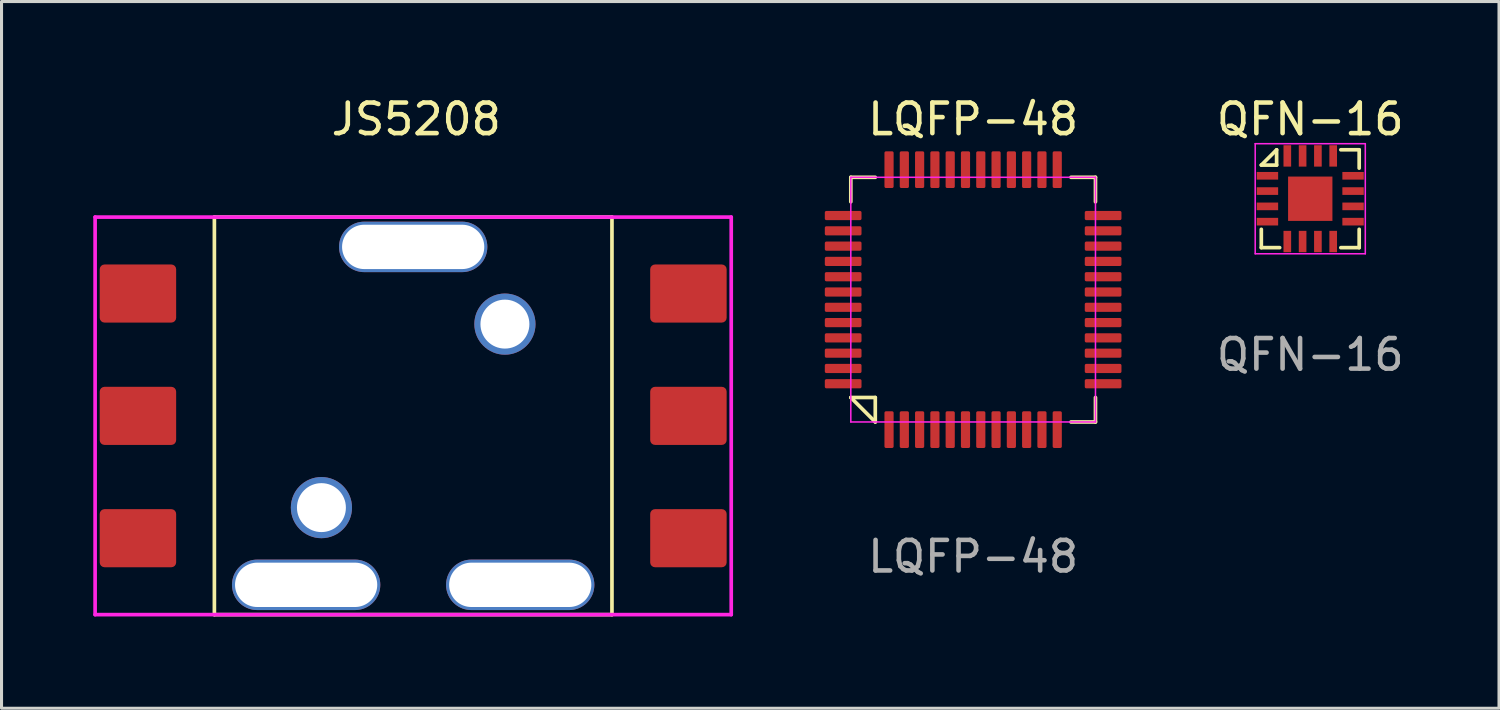
<source format=kicad_pcb>
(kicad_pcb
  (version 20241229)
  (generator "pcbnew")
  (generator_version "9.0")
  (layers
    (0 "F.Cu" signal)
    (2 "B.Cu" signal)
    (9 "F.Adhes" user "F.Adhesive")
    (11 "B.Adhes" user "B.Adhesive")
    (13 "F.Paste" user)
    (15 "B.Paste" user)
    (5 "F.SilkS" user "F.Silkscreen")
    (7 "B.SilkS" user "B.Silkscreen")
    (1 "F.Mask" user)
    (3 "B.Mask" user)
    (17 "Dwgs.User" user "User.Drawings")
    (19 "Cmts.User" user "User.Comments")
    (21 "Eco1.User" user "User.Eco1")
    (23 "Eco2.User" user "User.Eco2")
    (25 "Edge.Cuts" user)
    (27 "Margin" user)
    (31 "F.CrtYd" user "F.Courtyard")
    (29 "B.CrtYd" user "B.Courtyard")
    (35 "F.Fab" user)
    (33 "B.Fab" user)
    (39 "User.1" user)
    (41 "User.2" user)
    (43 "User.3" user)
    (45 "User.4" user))
  (footprint "JS5208"
    (layer "F.Cu")
    (at 10.46 10.548)
    (property "Reference" "JS5208" (at 0.1 -9.7 0) (unlocked yes) (layer "F.SilkS") (effects (font (size 1 1) (thickness 0.15))))
    (attr smd)
    (fp_line (start -6.5 -6.5) (end -6.5 6.5) (stroke (width 0.12) (type default)) (layer "F.SilkS"))
    (fp_line (start -6.5 6.5) (end 6.5 6.5) (stroke (width 0.12) (type default)) (layer "F.SilkS"))
    (fp_line (start 6.5 -6.5) (end -6.5 -6.5) (stroke (width 0.12) (type default)) (layer "F.SilkS"))
    (fp_line (start 6.5 6.5) (end 6.5 -6.5) (stroke (width 0.12) (type default)) (layer "F.SilkS"))
    (fp_line (start -10.4 -6.5) (end -10.4 6.5) (stroke (width 0.12) (type default)) (layer "F.CrtYd"))
    (fp_line (start -10.4 6.5) (end 10.4 6.5) (stroke (width 0.12) (type default)) (layer "F.CrtYd"))
    (fp_line (start 10.4 -6.5) (end -10.4 -6.5) (stroke (width 0.12) (type default)) (layer "F.CrtYd"))
    (fp_line (start 10.4 6.5) (end 10.4 -6.5) (stroke (width 0.12) (type default)) (layer "F.CrtYd"))
    (pad "" np_thru_hole oval (at -3.5 5.525) (size 4.85 1.65) (drill oval 4.65 1.45) (layers "*.Cu" "*.Mask"))
    (pad "" np_thru_hole circle (at -3 3) (size 2 2) (drill 1.6) (layers "*.Cu" "*.Mask"))
    (pad "" np_thru_hole oval (at 0 -5.525) (size 4.85 1.65) (drill oval 4.65 1.45) (layers "*.Cu" "*.Mask"))
    (pad "" np_thru_hole circle (at 3 -3) (size 2 2) (drill 1.6) (layers "*.Cu" "*.Mask"))
    (pad "" np_thru_hole oval (at 3.5 5.525) (size 4.85 1.65) (drill oval 4.65 1.45) (layers "*.Cu" "*.Mask"))
    (pad "1" smd roundrect (at -9 -4) (size 2.5 1.9) (layers "F.Cu" "F.Mask" "F.Paste") (roundrect_rratio 0.083))
    (pad "2" smd roundrect (at -9 0) (size 2.5 1.9) (layers "F.Cu" "F.Mask" "F.Paste") (roundrect_rratio 0.083))
    (pad "3" smd roundrect (at -9 4) (size 2.5 1.9) (layers "F.Cu" "F.Mask" "F.Paste") (roundrect_rratio 0.083))
    (pad "4" smd roundrect (at 9 -4) (size 2.5 1.9) (layers "F.Cu" "F.Mask" "F.Paste") (roundrect_rratio 0.083))
    (pad "5" smd roundrect (at 9 0) (size 2.5 1.9) (layers "F.Cu" "F.Mask" "F.Paste") (roundrect_rratio 0.083))
    (pad "6" smd roundrect (at 9 4) (size 2.5 1.9) (layers "F.Cu" "F.Mask" "F.Paste") (roundrect_rratio 0.083)))
  (footprint "LQFP-48"
    (layer "F.Cu")
    (at 28.77 6.748)
    (property "Reference" "LQFP-48" (at 0 -5.9 0) (unlocked yes) (layer "F.SilkS") (effects (font (size 1 1) (thickness 0.15))))
    (attr smd)
    (fp_line (start -4 -4) (end -4 -3.2) (stroke (width 0.12) (type default)) (layer "F.SilkS"))
    (fp_line (start -4 3.2) (end -3.2 3.2) (stroke (width 0.12) (type default)) (layer "F.SilkS"))
    (fp_line (start -3.2 -4) (end -4 -4) (stroke (width 0.12) (type default)) (layer "F.SilkS"))
    (fp_line (start -3.2 3.2) (end -3.2 4) (stroke (width 0.12) (type default)) (layer "F.SilkS"))
    (fp_line (start -3.2 4) (end -4 3.2) (stroke (width 0.12) (type default)) (layer "F.SilkS"))
    (fp_line (start 4 -4) (end 3.2 -4) (stroke (width 0.12) (type default)) (layer "F.SilkS"))
    (fp_line (start 4 -3.2) (end 4 -4) (stroke (width 0.12) (type default)) (layer "F.SilkS"))
    (fp_line (start 4 3.2) (end 4 4) (stroke (width 0.12) (type default)) (layer "F.SilkS"))
    (fp_line (start 4 4) (end 3.2 4) (stroke (width 0.12) (type default)) (layer "F.SilkS"))
    (fp_line (start -4 -4) (end 4 -4) (stroke (width 0.05) (type default)) (layer "F.CrtYd"))
    (fp_line (start -4 4) (end -4 -4) (stroke (width 0.05) (type default)) (layer "F.CrtYd"))
    (fp_line (start 4 -4) (end 4 4) (stroke (width 0.05) (type default)) (layer "F.CrtYd"))
    (fp_line (start 4 4) (end -4 4) (stroke (width 0.05) (type default)) (layer "F.CrtYd"))
    (fp_text user "${REFERENCE}" (at 0 8.4 0) (unlocked yes) (layer "F.Fab") (effects (font (size 1 1) (thickness 0.15))))
    (pad "1" smd roundrect (at -2.75 4.25 90) (size 1.2 0.3) (layers "F.Cu" "F.Mask" "F.Paste") (roundrect_rratio 0.167))
    (pad "2" smd roundrect (at -2.25 4.25 90) (size 1.2 0.3) (layers "F.Cu" "F.Mask" "F.Paste") (roundrect_rratio 0.167))
    (pad "3" smd roundrect (at -1.75 4.25 90) (size 1.2 0.3) (layers "F.Cu" "F.Mask" "F.Paste") (roundrect_rratio 0.167))
    (pad "4" smd roundrect (at -1.25 4.25 90) (size 1.2 0.3) (layers "F.Cu" "F.Mask" "F.Paste") (roundrect_rratio 0.167))
    (pad "5" smd roundrect (at -0.75 4.25 90) (size 1.2 0.3) (layers "F.Cu" "F.Mask" "F.Paste") (roundrect_rratio 0.167))
    (pad "6" smd roundrect (at -0.25 4.25 90) (size 1.2 0.3) (layers "F.Cu" "F.Mask" "F.Paste") (roundrect_rratio 0.167))
    (pad "7" smd roundrect (at 0.25 4.25 90) (size 1.2 0.3) (layers "F.Cu" "F.Mask" "F.Paste") (roundrect_rratio 0.167))
    (pad "8" smd roundrect (at 0.75 4.25 90) (size 1.2 0.3) (layers "F.Cu" "F.Mask" "F.Paste") (roundrect_rratio 0.167))
    (pad "9" smd roundrect (at 1.25 4.25 90) (size 1.2 0.3) (layers "F.Cu" "F.Mask" "F.Paste") (roundrect_rratio 0.167))
    (pad "10" smd roundrect (at 1.75 4.25 90) (size 1.2 0.3) (layers "F.Cu" "F.Mask" "F.Paste") (roundrect_rratio 0.167))
    (pad "11" smd roundrect (at 2.25 4.25 90) (size 1.2 0.3) (layers "F.Cu" "F.Mask" "F.Paste") (roundrect_rratio 0.167))
    (pad "12" smd roundrect (at 2.75 4.25 90) (size 1.2 0.3) (layers "F.Cu" "F.Mask" "F.Paste") (roundrect_rratio 0.167))
    (pad "13" smd roundrect (at 4.25 2.75 180) (size 1.2 0.3) (layers "F.Cu" "F.Mask" "F.Paste") (roundrect_rratio 0.167))
    (pad "14" smd roundrect (at 4.25 2.25 180) (size 1.2 0.3) (layers "F.Cu" "F.Mask" "F.Paste") (roundrect_rratio 0.167))
    (pad "15" smd roundrect (at 4.25 1.75 180) (size 1.2 0.3) (layers "F.Cu" "F.Mask" "F.Paste") (roundrect_rratio 0.167))
    (pad "16" smd roundrect (at 4.25 1.25 180) (size 1.2 0.3) (layers "F.Cu" "F.Mask" "F.Paste") (roundrect_rratio 0.167))
    (pad "17" smd roundrect (at 4.25 0.75 180) (size 1.2 0.3) (layers "F.Cu" "F.Mask" "F.Paste") (roundrect_rratio 0.167))
    (pad "18" smd roundrect (at 4.25 0.25 180) (size 1.2 0.3) (layers "F.Cu" "F.Mask" "F.Paste") (roundrect_rratio 0.167))
    (pad "19" smd roundrect (at 4.25 -0.25 180) (size 1.2 0.3) (layers "F.Cu" "F.Mask" "F.Paste") (roundrect_rratio 0.167))
    (pad "20" smd roundrect (at 4.25 -0.75 180) (size 1.2 0.3) (layers "F.Cu" "F.Mask" "F.Paste") (roundrect_rratio 0.167))
    (pad "21" smd roundrect (at 4.25 -1.25 180) (size 1.2 0.3) (layers "F.Cu" "F.Mask" "F.Paste") (roundrect_rratio 0.167))
    (pad "22" smd roundrect (at 4.25 -1.75 180) (size 1.2 0.3) (layers "F.Cu" "F.Mask" "F.Paste") (roundrect_rratio 0.167))
    (pad "23" smd roundrect (at 4.25 -2.25 180) (size 1.2 0.3) (layers "F.Cu" "F.Mask" "F.Paste") (roundrect_rratio 0.167))
    (pad "24" smd roundrect (at 4.25 -2.75 180) (size 1.2 0.3) (layers "F.Cu" "F.Mask" "F.Paste") (roundrect_rratio 0.167))
    (pad "25" smd roundrect (at 2.75 -4.25 270) (size 1.2 0.3) (layers "F.Cu" "F.Mask" "F.Paste") (roundrect_rratio 0.167))
    (pad "26" smd roundrect (at 2.25 -4.25 270) (size 1.2 0.3) (layers "F.Cu" "F.Mask" "F.Paste") (roundrect_rratio 0.167))
    (pad "27" smd roundrect (at 1.75 -4.25 270) (size 1.2 0.3) (layers "F.Cu" "F.Mask" "F.Paste") (roundrect_rratio 0.167))
    (pad "28" smd roundrect (at 1.25 -4.25 270) (size 1.2 0.3) (layers "F.Cu" "F.Mask" "F.Paste") (roundrect_rratio 0.167))
    (pad "29" smd roundrect (at 0.75 -4.25 270) (size 1.2 0.3) (layers "F.Cu" "F.Mask" "F.Paste") (roundrect_rratio 0.167))
    (pad "30" smd roundrect (at 0.25 -4.25 270) (size 1.2 0.3) (layers "F.Cu" "F.Mask" "F.Paste") (roundrect_rratio 0.167))
    (pad "31" smd roundrect (at -0.25 -4.25 270) (size 1.2 0.3) (layers "F.Cu" "F.Mask" "F.Paste") (roundrect_rratio 0.167))
    (pad "32" smd roundrect (at -0.75 -4.25 270) (size 1.2 0.3) (layers "F.Cu" "F.Mask" "F.Paste") (roundrect_rratio 0.167))
    (pad "33" smd roundrect (at -1.25 -4.25 270) (size 1.2 0.3) (layers "F.Cu" "F.Mask" "F.Paste") (roundrect_rratio 0.167))
    (pad "34" smd roundrect (at -1.75 -4.25 270) (size 1.2 0.3) (layers "F.Cu" "F.Mask" "F.Paste") (roundrect_rratio 0.167))
    (pad "35" smd roundrect (at -2.25 -4.25 270) (size 1.2 0.3) (layers "F.Cu" "F.Mask" "F.Paste") (roundrect_rratio 0.167))
    (pad "36" smd roundrect (at -2.75 -4.25 270) (size 1.2 0.3) (layers "F.Cu" "F.Mask" "F.Paste") (roundrect_rratio 0.167))
    (pad "37" smd roundrect (at -4.25 -2.75) (size 1.2 0.3) (layers "F.Cu" "F.Mask" "F.Paste") (roundrect_rratio 0.167))
    (pad "38" smd roundrect (at -4.25 -2.25) (size 1.2 0.3) (layers "F.Cu" "F.Mask" "F.Paste") (roundrect_rratio 0.167))
    (pad "39" smd roundrect (at -4.25 -1.75) (size 1.2 0.3) (layers "F.Cu" "F.Mask" "F.Paste") (roundrect_rratio 0.167))
    (pad "40" smd roundrect (at -4.25 -1.25) (size 1.2 0.3) (layers "F.Cu" "F.Mask" "F.Paste") (roundrect_rratio 0.167))
    (pad "41" smd roundrect (at -4.25 -0.75) (size 1.2 0.3) (layers "F.Cu" "F.Mask" "F.Paste") (roundrect_rratio 0.167))
    (pad "42" smd roundrect (at -4.25 -0.25) (size 1.2 0.3) (layers "F.Cu" "F.Mask" "F.Paste") (roundrect_rratio 0.167))
    (pad "43" smd roundrect (at -4.25 0.25) (size 1.2 0.3) (layers "F.Cu" "F.Mask" "F.Paste") (roundrect_rratio 0.167))
    (pad "44" smd roundrect (at -4.25 0.75) (size 1.2 0.3) (layers "F.Cu" "F.Mask" "F.Paste") (roundrect_rratio 0.167))
    (pad "45" smd roundrect (at -4.25 1.25) (size 1.2 0.3) (layers "F.Cu" "F.Mask" "F.Paste") (roundrect_rratio 0.167))
    (pad "46" smd roundrect (at -4.25 1.75) (size 1.2 0.3) (layers "F.Cu" "F.Mask" "F.Paste") (roundrect_rratio 0.167))
    (pad "47" smd roundrect (at -4.25 2.25) (size 1.2 0.3) (layers "F.Cu" "F.Mask" "F.Paste") (roundrect_rratio 0.167))
    (pad "48" smd roundrect (at -4.25 2.75) (size 1.2 0.3) (layers "F.Cu" "F.Mask" "F.Paste") (roundrect_rratio 0.167)))
  (footprint "QFN-16"
    (layer "F.Cu")
    (at 39.793 3.448)
    (property "Reference" "QFN-16" (at 0 -2.6 0) (unlocked yes) (layer "F.SilkS") (effects (font (size 1 1) (thickness 0.15))))
    (attr smd)
    (fp_line (start -1.6 -1.1) (end -1.1 -1.6) (stroke (width 0.12) (type default)) (layer "F.SilkS"))
    (fp_line (start -1.6 1.6) (end -1.6 1) (stroke (width 0.12) (type default)) (layer "F.SilkS"))
    (fp_line (start -1.6 1.6) (end -1 1.6) (stroke (width 0.12) (type default)) (layer "F.SilkS"))
    (fp_line (start -1.1 -1.6) (end -1.1 -1.1) (stroke (width 0.12) (type default)) (layer "F.SilkS"))
    (fp_line (start -1.1 -1.1) (end -1.6 -1.1) (stroke (width 0.12) (type default)) (layer "F.SilkS"))
    (fp_line (start 1 1.6) (end 1.6 1.6) (stroke (width 0.12) (type default)) (layer "F.SilkS"))
    (fp_line (start 1.6 -1.6) (end 1 -1.6) (stroke (width 0.12) (type default)) (layer "F.SilkS"))
    (fp_line (start 1.6 -1) (end 1.6 -1.6) (stroke (width 0.12) (type default)) (layer "F.SilkS"))
    (fp_line (start 1.6 1.6) (end 1.6 1) (stroke (width 0.12) (type default)) (layer "F.SilkS"))
    (fp_line (start -1.8 -1.8) (end -1.8 1.8) (stroke (width 0.05) (type default)) (layer "F.CrtYd"))
    (fp_line (start -1.8 1.8) (end 1.8 1.8) (stroke (width 0.05) (type default)) (layer "F.CrtYd"))
    (fp_line (start 1.8 -1.8) (end -1.8 -1.8) (stroke (width 0.05) (type default)) (layer "F.CrtYd"))
    (fp_line (start 1.8 1.8) (end 1.8 -1.8) (stroke (width 0.05) (type default)) (layer "F.CrtYd"))
    (fp_text user "${REFERENCE}" (at 0 5.1 0) (unlocked yes) (layer "F.Fab") (effects (font (size 1 1) (thickness 0.15))))
    (pad "1" smd rect (at -1.4 -0.75) (size 0.7 0.25) (layers "F.Cu" "F.Mask" "F.Paste"))
    (pad "2" smd rect (at -1.4 -0.25) (size 0.7 0.25) (layers "F.Cu" "F.Mask" "F.Paste"))
    (pad "3" smd rect (at -1.4 0.25) (size 0.7 0.25) (layers "F.Cu" "F.Mask" "F.Paste"))
    (pad "4" smd rect (at -1.4 0.75) (size 0.7 0.25) (layers "F.Cu" "F.Mask" "F.Paste"))
    (pad "5" smd rect (at -0.75 1.4 90) (size 0.7 0.25) (layers "F.Cu" "F.Mask" "F.Paste"))
    (pad "6" smd rect (at -0.25 1.4 90) (size 0.7 0.25) (layers "F.Cu" "F.Mask" "F.Paste"))
    (pad "7" smd rect (at 0.25 1.4 90) (size 0.7 0.25) (layers "F.Cu" "F.Mask" "F.Paste"))
    (pad "8" smd rect (at 0.75 1.4 90) (size 0.7 0.25) (layers "F.Cu" "F.Mask" "F.Paste"))
    (pad "9" smd rect (at 1.4 0.75 180) (size 0.7 0.25) (layers "F.Cu" "F.Mask" "F.Paste"))
    (pad "10" smd rect (at 1.4 0.25 180) (size 0.7 0.25) (layers "F.Cu" "F.Mask" "F.Paste"))
    (pad "11" smd rect (at 1.4 -0.25 180) (size 0.7 0.25) (layers "F.Cu" "F.Mask" "F.Paste"))
    (pad "12" smd rect (at 1.4 -0.75 180) (size 0.7 0.25) (layers "F.Cu" "F.Mask" "F.Paste"))
    (pad "13" smd rect (at 0.75 -1.4 270) (size 0.7 0.25) (layers "F.Cu" "F.Mask" "F.Paste"))
    (pad "14" smd rect (at 0.25 -1.4 270) (size 0.7 0.25) (layers "F.Cu" "F.Mask" "F.Paste"))
    (pad "15" smd rect (at -0.25 -1.4 270) (size 0.7 0.25) (layers "F.Cu" "F.Mask" "F.Paste"))
    (pad "16" smd rect (at -0.75 -1.4 270) (size 0.7 0.25) (layers "F.Cu" "F.Mask" "F.Paste"))
    (pad "17" smd rect (at 0 0 270) (size 1.45 1.45) (layers "F.Cu" "F.Mask" "F.Paste")))
  (gr_rect
    (start -3 -3)
    (end 45.965 20.108)
    (stroke (width 0.1) (type default))
    (fill no)
    (layer "Edge.Cuts")))
</source>
